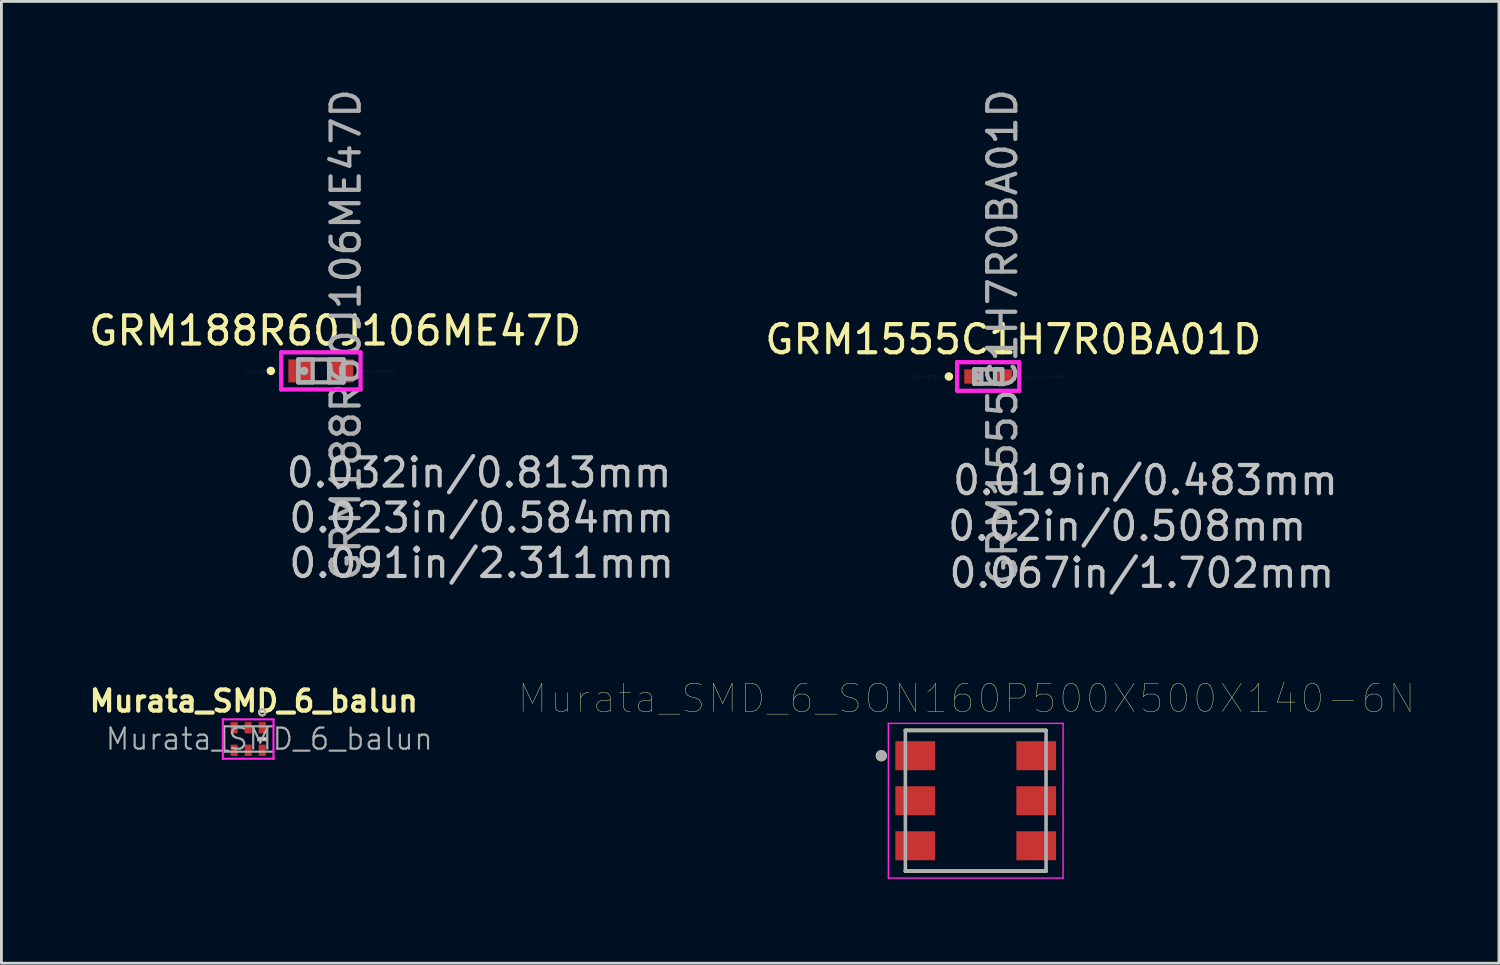
<source format=kicad_pcb>
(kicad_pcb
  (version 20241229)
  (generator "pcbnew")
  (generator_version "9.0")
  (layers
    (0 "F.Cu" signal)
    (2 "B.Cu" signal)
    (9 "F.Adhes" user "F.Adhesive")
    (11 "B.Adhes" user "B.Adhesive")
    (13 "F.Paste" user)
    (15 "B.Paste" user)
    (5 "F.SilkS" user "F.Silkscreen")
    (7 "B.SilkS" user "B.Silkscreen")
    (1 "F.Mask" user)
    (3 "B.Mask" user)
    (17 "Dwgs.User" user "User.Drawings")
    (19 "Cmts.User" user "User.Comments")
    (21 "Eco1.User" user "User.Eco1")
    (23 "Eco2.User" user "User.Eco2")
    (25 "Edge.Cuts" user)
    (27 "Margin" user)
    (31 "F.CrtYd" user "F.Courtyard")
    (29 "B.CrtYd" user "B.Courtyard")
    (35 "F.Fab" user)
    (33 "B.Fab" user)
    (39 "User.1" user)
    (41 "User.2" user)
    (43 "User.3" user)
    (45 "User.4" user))
  (footprint "GRM188R60J106ME47D"
    (layer "F.Cu")
    (at 8.355 10.133)
    (property "Reference" "GRM188R60J106ME47D" (at 0.508 -1.429 0) (layer "F.SilkS") (effects (font (size 1 1) (thickness 0.15))))
    (attr through_hole)
    (fp_circle (center -1.778 0) (end -1.702 0) (stroke (width 0.152) (type solid)) (fill no) (layer "F.SilkS"))
    (fp_line (start -1.41 -0.66) (end 1.41 -0.66) (stroke (width 0.152) (type solid)) (layer "F.CrtYd"))
    (fp_line (start -1.41 0.66) (end -1.41 -0.66) (stroke (width 0.152) (type solid)) (layer "F.CrtYd"))
    (fp_line (start 1.41 -0.66) (end 1.41 0.66) (stroke (width 0.152) (type solid)) (layer "F.CrtYd"))
    (fp_line (start 1.41 0.66) (end -1.41 0.66) (stroke (width 0.152) (type solid)) (layer "F.CrtYd"))
    (fp_line (start -0.8 -0.406) (end -0.8 0.406) (stroke (width 0.152) (type solid)) (layer "F.Fab"))
    (fp_line (start -0.8 -0.406) (end -0.8 0.406) (stroke (width 0.152) (type solid)) (layer "F.Fab"))
    (fp_line (start -0.8 0.406) (end -0.292 0.406) (stroke (width 0.152) (type solid)) (layer "F.Fab"))
    (fp_line (start -0.8 0.406) (end 0.8 0.406) (stroke (width 0.152) (type solid)) (layer "F.Fab"))
    (fp_line (start -0.292 -0.406) (end -0.8 -0.406) (stroke (width 0.152) (type solid)) (layer "F.Fab"))
    (fp_line (start -0.292 0.406) (end -0.292 -0.406) (stroke (width 0.152) (type solid)) (layer "F.Fab"))
    (fp_line (start 0.292 -0.406) (end 0.292 0.406) (stroke (width 0.152) (type solid)) (layer "F.Fab"))
    (fp_line (start 0.292 0.406) (end 0.8 0.406) (stroke (width 0.152) (type solid)) (layer "F.Fab"))
    (fp_line (start 0.8 -0.406) (end -0.8 -0.406) (stroke (width 0.152) (type solid)) (layer "F.Fab"))
    (fp_line (start 0.8 -0.406) (end 0.292 -0.406) (stroke (width 0.152) (type solid)) (layer "F.Fab"))
    (fp_line (start 0.8 0.406) (end 0.8 -0.406) (stroke (width 0.152) (type solid)) (layer "F.Fab"))
    (fp_line (start 0.8 0.406) (end 0.8 -0.406) (stroke (width 0.152) (type solid)) (layer "F.Fab"))
    (fp_circle (center -0.597 0) (end -0.597 0) (stroke (width 0.152) (type solid)) (fill no) (layer "F.Fab"))
    (fp_text user "0.032in/0.813mm" (at 5.626 3.619 0) (layer "Dwgs.User") (effects (font (size 1 1) (thickness 0.15))))
    (fp_text user "0.091in/2.311mm" (at 5.715 6.833 0) (layer "Dwgs.User") (effects (font (size 1 1) (thickness 0.15))))
    (fp_text user "0.023in/0.584mm" (at 5.715 5.222 0) (layer "Dwgs.User") (effects (font (size 1 1) (thickness 0.15))))
    (fp_text user "Copyright 2016 Accelerated Designs. All rights reserved." (at 0 0 0) (layer "Cmts.User") (effects (font (size 0.127 0.127) (thickness 0.002))))
    (fp_text user "${REFERENCE}" (at 0.889 -1.27 90) (layer "F.Fab") (effects (font (size 1 1) (thickness 0.15))))
    (pad "1" smd rect (at -0.724 0) (size 0.864 0.813) (layers "F.Cu" "F.Mask" "F.Paste"))
    (pad "2" smd rect (at 0.724 0) (size 0.864 0.813) (layers "F.Cu" "F.Mask" "F.Paste")))
  (footprint "Murata_SMD_6_balun"
    (layer "F.Cu")
    (at 5.771 23.217)
    (property "Reference" "Murata_SMD_6_balun" (at 0.2 -1.35 0) (layer "F.SilkS") (effects (font (size 0.75 0.75) (thickness 0.15))))
    (attr through_hole)
    (fp_circle (center 0.5 -0.95) (end 0.612 -0.95) (stroke (width 0.076) (type solid)) (fill no) (layer "F.SilkS"))
    (fp_poly (pts (xy 0.65 0.05) (xy 0.35 0.05) (xy 0.35 -0.05) (xy 0.65 -0.05)) (stroke (width 0.05) (type solid)) (fill yes) (layer "F.SilkS"))
    (fp_line (start -0.9 -0.7) (end -0.9 0.7) (stroke (width 0.076) (type solid)) (layer "F.CrtYd"))
    (fp_line (start -0.9 0.7) (end 0.9 0.7) (stroke (width 0.076) (type solid)) (layer "F.CrtYd"))
    (fp_line (start 0.9 -0.7) (end -0.9 -0.7) (stroke (width 0.076) (type solid)) (layer "F.CrtYd"))
    (fp_line (start 0.9 -0.45) (end 0.9 -0.7) (stroke (width 0.076) (type solid)) (layer "F.CrtYd"))
    (fp_line (start 0.9 -0.45) (end 0.9 0.4) (stroke (width 0.076) (type solid)) (layer "F.CrtYd"))
    (fp_line (start 0.9 0.7) (end 0.9 0.4) (stroke (width 0.076) (type solid)) (layer "F.CrtYd"))
    (fp_line (start -0.85 -0.45) (end -0.85 0.45) (stroke (width 0.076) (type solid)) (layer "F.Fab"))
    (fp_line (start -0.85 0.45) (end 0.85 0.45) (stroke (width 0.076) (type solid)) (layer "F.Fab"))
    (fp_line (start 0.85 -0.45) (end -0.85 -0.45) (stroke (width 0.076) (type solid)) (layer "F.Fab"))
    (fp_circle (center 0.5 -0.95) (end 0.612 -0.95) (stroke (width 0.076) (type solid)) (fill no) (layer "F.Fab"))
    (fp_poly (pts (xy 0.65 0.05) (xy 0.35 0.05) (xy 0.35 -0.05) (xy 0.65 -0.05)) (stroke (width 0.05) (type solid)) (fill no) (layer "F.Fab"))
    (fp_text user "${REFERENCE}" (at 0.75 0 0) (layer "F.Fab") (effects (font (size 0.75 0.75) (thickness 0.076))))
    (pad "1" smd rect (at 0.5 -0.4) (size 0.25 0.4) (layers "F.Cu" "F.Mask" "F.Paste"))
    (pad "2" smd rect (at 0 -0.4) (size 0.25 0.4) (layers "F.Cu" "F.Mask" "F.Paste"))
    (pad "3" smd rect (at -0.5 -0.4) (size 0.25 0.4) (layers "F.Cu" "F.Mask" "F.Paste"))
    (pad "4" smd rect (at -0.5 0.4) (size 0.25 0.4) (layers "F.Cu" "F.Mask" "F.Paste"))
    (pad "5" smd rect (at 0 0.4) (size 0.25 0.4) (layers "F.Cu" "F.Mask" "F.Paste"))
    (pad "6" smd rect (at 0.5 0.4) (size 0.25 0.4) (layers "F.Cu" "F.Mask" "F.Paste")))
  (footprint "GRM1555C1H7R0BA01D"
    (layer "F.Cu")
    (at 32.074 10.332)
    (property "Reference" "GRM1555C1H7R0BA01D" (at 0.889 -1.318 0) (layer "F.SilkS") (effects (font (size 1 1) (thickness 0.15))))
    (attr through_hole)
    (fp_circle (center -1.397 0) (end -1.321 0) (stroke (width 0.152) (type solid)) (fill no) (layer "F.SilkS"))
    (fp_line (start -1.105 -0.508) (end 1.105 -0.508) (stroke (width 0.152) (type solid)) (layer "F.CrtYd"))
    (fp_line (start -1.105 0.508) (end -1.105 -0.508) (stroke (width 0.152) (type solid)) (layer "F.CrtYd"))
    (fp_line (start 1.105 -0.508) (end 1.105 0.508) (stroke (width 0.152) (type solid)) (layer "F.CrtYd"))
    (fp_line (start 1.105 0.508) (end -1.105 0.508) (stroke (width 0.152) (type solid)) (layer "F.CrtYd"))
    (fp_line (start -0.495 -0.254) (end -0.495 0.254) (stroke (width 0.152) (type solid)) (layer "F.Fab"))
    (fp_line (start -0.495 -0.254) (end -0.495 0.254) (stroke (width 0.152) (type solid)) (layer "F.Fab"))
    (fp_line (start -0.495 0.254) (end -0.241 0.254) (stroke (width 0.152) (type solid)) (layer "F.Fab"))
    (fp_line (start -0.495 0.254) (end 0.495 0.254) (stroke (width 0.152) (type solid)) (layer "F.Fab"))
    (fp_line (start -0.241 -0.254) (end -0.495 -0.254) (stroke (width 0.152) (type solid)) (layer "F.Fab"))
    (fp_line (start -0.241 0.254) (end -0.241 -0.254) (stroke (width 0.152) (type solid)) (layer "F.Fab"))
    (fp_line (start 0.241 -0.254) (end 0.241 0.254) (stroke (width 0.152) (type solid)) (layer "F.Fab"))
    (fp_line (start 0.241 0.254) (end 0.495 0.254) (stroke (width 0.152) (type solid)) (layer "F.Fab"))
    (fp_line (start 0.495 -0.254) (end -0.495 -0.254) (stroke (width 0.152) (type solid)) (layer "F.Fab"))
    (fp_line (start 0.495 -0.254) (end 0.241 -0.254) (stroke (width 0.152) (type solid)) (layer "F.Fab"))
    (fp_line (start 0.495 0.254) (end 0.495 -0.254) (stroke (width 0.152) (type solid)) (layer "F.Fab"))
    (fp_line (start 0.495 0.254) (end 0.495 -0.254) (stroke (width 0.152) (type solid)) (layer "F.Fab"))
    (fp_circle (center -0.419 0) (end -0.419 0) (stroke (width 0.152) (type solid)) (fill no) (layer "F.Fab"))
    (fp_text user "0.019in/0.483mm" (at 5.588 3.69 0) (layer "Dwgs.User") (effects (font (size 1 1) (thickness 0.15))))
    (fp_text user "0.02in/0.508mm" (at 4.94 5.317 0) (layer "Dwgs.User") (effects (font (size 1 1) (thickness 0.15))))
    (fp_text user "0.067in/1.702mm" (at 5.461 6.985 0) (layer "Dwgs.User") (effects (font (size 1 1) (thickness 0.15))))
    (fp_text user "Copyright 2016 Accelerated Designs. All rights reserved." (at 0 0 0) (layer "Cmts.User") (effects (font (size 0.127 0.127) (thickness 0.002))))
    (fp_text user "${REFERENCE}" (at 0.508 -1.397 90) (layer "F.Fab") (effects (font (size 1 1) (thickness 0.15))))
    (pad "1" smd rect (at -0.546 0) (size 0.61 0.508) (layers "F.Cu" "F.Mask" "F.Paste"))
    (pad "2" smd rect (at 0.546 0) (size 0.61 0.508) (layers "F.Cu" "F.Mask" "F.Paste")))
  (footprint "Murata_SMD_6_SON160P500X500X140-6N"
    (layer "F.Cu")
    (at 31.63 25.411)
    (property "Reference" "Murata_SMD_6_SON160P500X500X140-6N" (at -0.325 -3.635 0) (layer "F.SilkS") (effects (font (size 1 1) (thickness 0.015))))
    (attr through_hole)
    (fp_line (start -2.5 -2.5) (end 2.5 -2.5) (stroke (width 0.127) (type solid)) (layer "F.SilkS"))
    (fp_line (start -2.5 2.5) (end 2.5 2.5) (stroke (width 0.127) (type solid)) (layer "F.SilkS"))
    (fp_circle (center -3.355 -1.6) (end -3.255 -1.6) (stroke (width 0.2) (type solid)) (fill no) (layer "F.SilkS"))
    (fp_line (start -3.105 -2.75) (end -3.105 2.75) (stroke (width 0.05) (type solid)) (layer "F.CrtYd"))
    (fp_line (start -3.105 -2.75) (end 3.105 -2.75) (stroke (width 0.05) (type solid)) (layer "F.CrtYd"))
    (fp_line (start -3.105 2.75) (end 3.105 2.75) (stroke (width 0.05) (type solid)) (layer "F.CrtYd"))
    (fp_line (start 3.105 -2.75) (end 3.105 2.75) (stroke (width 0.05) (type solid)) (layer "F.CrtYd"))
    (fp_line (start -2.5 -2.5) (end -2.5 2.5) (stroke (width 0.127) (type solid)) (layer "F.Fab"))
    (fp_line (start -2.5 -2.5) (end 2.5 -2.5) (stroke (width 0.127) (type solid)) (layer "F.Fab"))
    (fp_line (start -2.5 2.5) (end 2.5 2.5) (stroke (width 0.127) (type solid)) (layer "F.Fab"))
    (fp_line (start 2.5 -2.5) (end 2.5 2.5) (stroke (width 0.127) (type solid)) (layer "F.Fab"))
    (fp_circle (center -3.355 -1.6) (end -3.255 -1.6) (stroke (width 0.2) (type solid)) (fill no) (layer "F.Fab"))
    (pad "1" smd rect (at -2.15 -1.6) (size 1.41 1.03) (layers "F.Cu" "F.Mask" "F.Paste"))
    (pad "2" smd rect (at -2.15 0) (size 1.41 1.03) (layers "F.Cu" "F.Mask" "F.Paste"))
    (pad "3" smd rect (at -2.15 1.6) (size 1.41 1.03) (layers "F.Cu" "F.Mask" "F.Paste"))
    (pad "4" smd rect (at 2.15 1.6) (size 1.41 1.03) (layers "F.Cu" "F.Mask" "F.Paste"))
    (pad "5" smd rect (at 2.15 0) (size 1.41 1.03) (layers "F.Cu" "F.Mask" "F.Paste"))
    (pad "6" smd rect (at 2.15 -1.6) (size 1.41 1.03) (layers "F.Cu" "F.Mask" "F.Paste")))
  (gr_rect
    (start -3 -3)
    (end 50.227 31.186)
    (stroke (width 0.1) (type default))
    (fill no)
    (layer "Edge.Cuts")))
</source>
